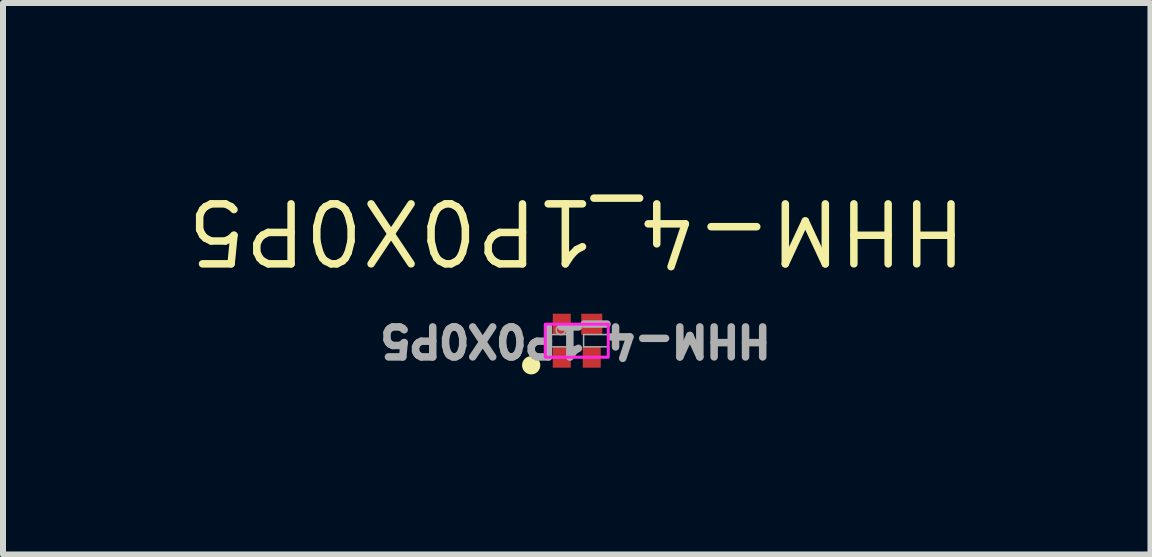
<source format=kicad_pcb>
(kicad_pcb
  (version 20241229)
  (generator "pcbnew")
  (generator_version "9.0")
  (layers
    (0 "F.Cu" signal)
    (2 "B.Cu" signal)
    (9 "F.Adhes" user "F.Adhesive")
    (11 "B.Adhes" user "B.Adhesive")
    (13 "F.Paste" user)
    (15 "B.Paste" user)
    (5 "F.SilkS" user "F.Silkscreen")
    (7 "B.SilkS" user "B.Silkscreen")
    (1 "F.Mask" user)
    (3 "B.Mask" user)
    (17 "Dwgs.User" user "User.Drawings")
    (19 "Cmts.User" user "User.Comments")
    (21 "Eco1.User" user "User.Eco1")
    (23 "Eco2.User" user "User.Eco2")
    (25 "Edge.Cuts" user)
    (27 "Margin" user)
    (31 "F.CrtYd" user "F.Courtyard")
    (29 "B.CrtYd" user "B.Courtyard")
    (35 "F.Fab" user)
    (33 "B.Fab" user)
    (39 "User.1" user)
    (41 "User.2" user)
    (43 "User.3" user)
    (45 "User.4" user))
  (footprint "HHM-4_1P0X0P5"
    (layer "F.Cu")
    (at 6.564 2.629)
    (property "Reference" "HHM-4_1P0X0P5" (at 0 -1.825 180) (unlocked yes) (layer "F.SilkS") (effects (font (size 1 1) (thickness 0.125))))
    (attr smd)
    (fp_line (start -0.525 -0.275) (end -0.525 0.275) (stroke (width 0.02) (type default)) (layer "F.SilkS"))
    (fp_line (start 0.525 -0.275) (end 0.525 0.275) (stroke (width 0.02) (type default)) (layer "F.SilkS"))
    (fp_circle (center -0.76 0.41) (end -0.684 0.41) (stroke (width 0.152) (type solid)) (fill no) (layer "F.SilkS"))
    (fp_rect (start -0.525 0.275) (end 0.525 -0.275) (stroke (width 0.05) (type default)) (fill no) (layer "F.CrtYd"))
    (fp_line (start -0.521 -0.279) (end -0.521 0.279) (stroke (width 0.025) (type solid)) (layer "F.Fab"))
    (fp_line (start -0.521 -0.102) (end -0.521 0.102) (stroke (width 0.025) (type solid)) (layer "F.Fab"))
    (fp_line (start -0.521 0.102) (end -0.114 0.102) (stroke (width 0.025) (type solid)) (layer "F.Fab"))
    (fp_line (start -0.521 0.279) (end 0.521 0.279) (stroke (width 0.025) (type solid)) (layer "F.Fab"))
    (fp_line (start -0.114 -0.102) (end -0.521 -0.102) (stroke (width 0.025) (type solid)) (layer "F.Fab"))
    (fp_line (start -0.114 0.102) (end -0.114 -0.102) (stroke (width 0.025) (type solid)) (layer "F.Fab"))
    (fp_line (start 0.114 -0.102) (end 0.114 0.102) (stroke (width 0.025) (type solid)) (layer "F.Fab"))
    (fp_line (start 0.114 0.102) (end 0.521 0.102) (stroke (width 0.025) (type solid)) (layer "F.Fab"))
    (fp_line (start 0.521 -0.279) (end -0.521 -0.279) (stroke (width 0.02) (type solid)) (layer "F.Fab"))
    (fp_line (start 0.521 -0.102) (end 0.114 -0.102) (stroke (width 0.025) (type solid)) (layer "F.Fab"))
    (fp_line (start 0.521 0.102) (end 0.521 -0.102) (stroke (width 0.025) (type solid)) (layer "F.Fab"))
    (fp_line (start 0.521 0.279) (end 0.521 -0.279) (stroke (width 0.025) (type solid)) (layer "F.Fab"))
    (fp_circle (center -0.266 -0.178) (end -0.189 -0.178) (stroke (width 0.025) (type solid)) (fill no) (layer "F.Fab"))
    (fp_text user "${REFERENCE}" (at -0.02 -0.005 180) (unlocked yes) (layer "F.Fab") (effects (font (size 0.5 0.5) (thickness 0.125))))
    (pad "1" smd rect (at -0.25 0.275) (size 0.3 0.35) (layers "F.Cu" "F.Mask" "F.Paste"))
    (pad "2" smd rect (at 0.25 0.275) (size 0.3 0.35) (layers "F.Cu" "F.Mask" "F.Paste"))
    (pad "3" smd rect (at 0.25 -0.275) (size 0.35 0.35) (layers "F.Cu" "F.Mask" "F.Paste"))
    (pad "4" smd rect (at -0.25 -0.275) (size 0.3 0.35) (layers "F.Cu" "F.Mask" "F.Paste"))
    (zone (net_name "") (layer "F.Cu") (hatch full 0.508) (connect_pads) (min_thickness 0.254) (filled_areas_thickness no) (keepout (tracks not_allowed) (vias not_allowed) (pads allowed) (copperpour not_allowed) (footprints allowed)) (placement (enabled no)) (fill) (polygon (pts (xy 6.5 2.401) (xy 6.627 2.401) (xy 6.627 2.858) (xy 6.5 2.858)))))
  (gr_rect
    (start -3 -3)
    (end 16.127 6.192)
    (stroke (width 0.1) (type default))
    (fill no)
    (layer "Edge.Cuts")))
</source>
